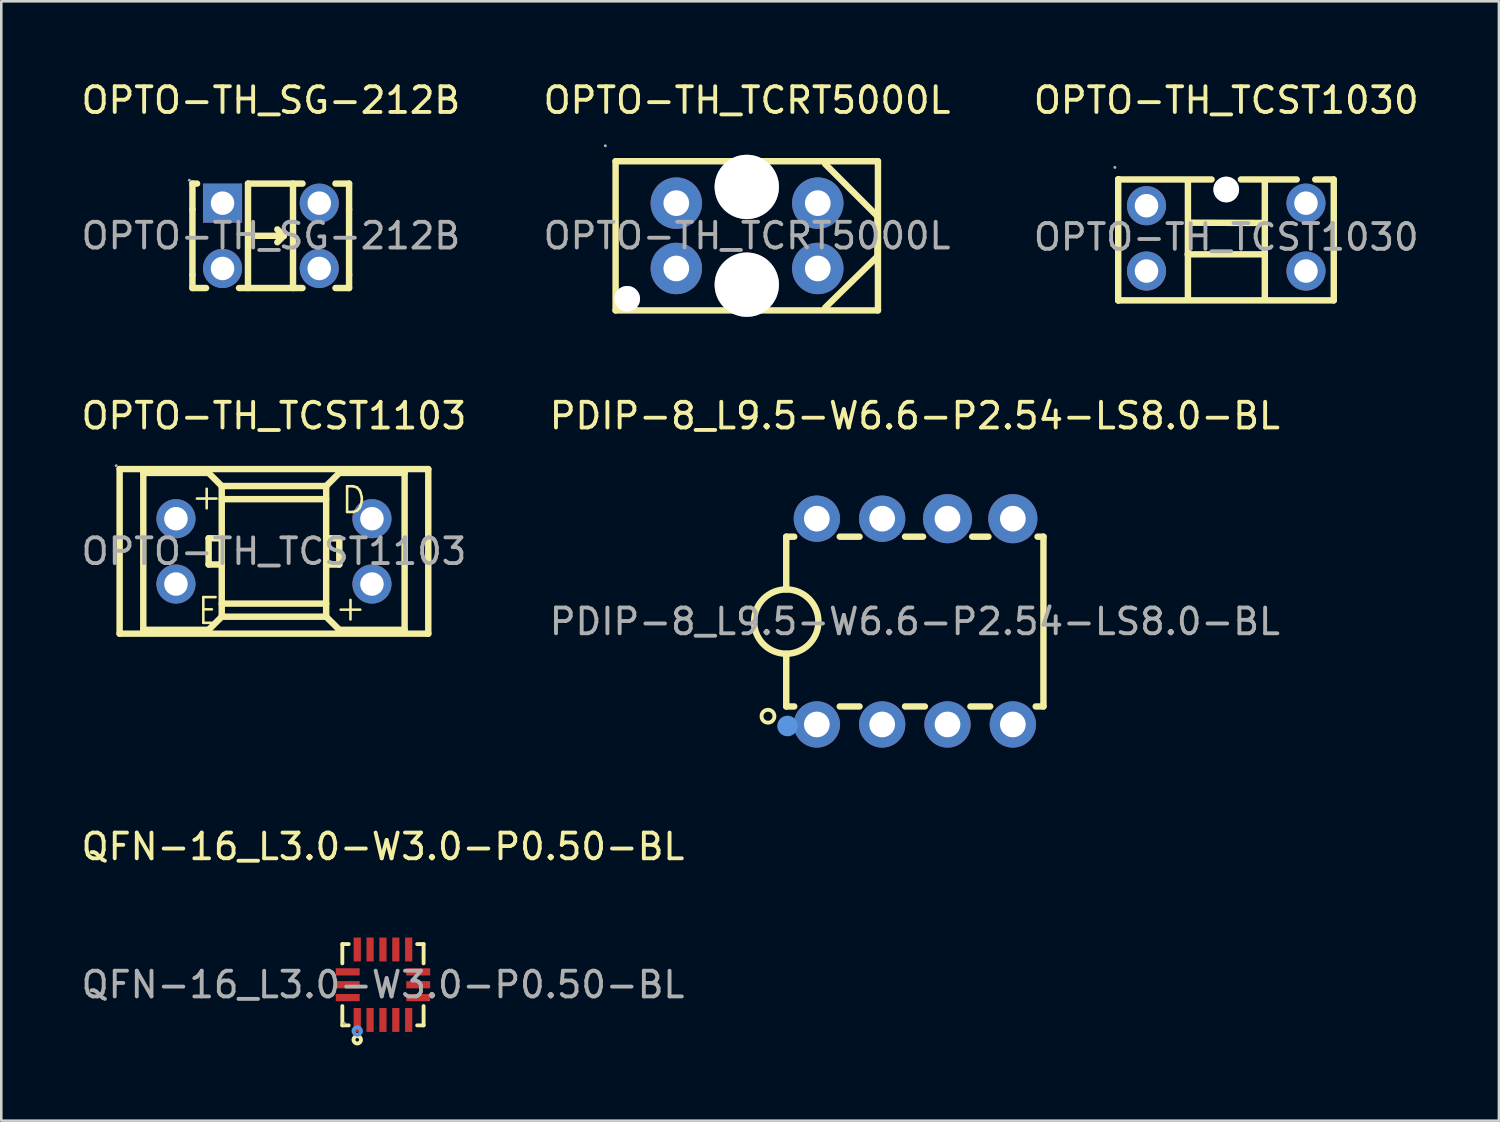
<source format=kicad_pcb>
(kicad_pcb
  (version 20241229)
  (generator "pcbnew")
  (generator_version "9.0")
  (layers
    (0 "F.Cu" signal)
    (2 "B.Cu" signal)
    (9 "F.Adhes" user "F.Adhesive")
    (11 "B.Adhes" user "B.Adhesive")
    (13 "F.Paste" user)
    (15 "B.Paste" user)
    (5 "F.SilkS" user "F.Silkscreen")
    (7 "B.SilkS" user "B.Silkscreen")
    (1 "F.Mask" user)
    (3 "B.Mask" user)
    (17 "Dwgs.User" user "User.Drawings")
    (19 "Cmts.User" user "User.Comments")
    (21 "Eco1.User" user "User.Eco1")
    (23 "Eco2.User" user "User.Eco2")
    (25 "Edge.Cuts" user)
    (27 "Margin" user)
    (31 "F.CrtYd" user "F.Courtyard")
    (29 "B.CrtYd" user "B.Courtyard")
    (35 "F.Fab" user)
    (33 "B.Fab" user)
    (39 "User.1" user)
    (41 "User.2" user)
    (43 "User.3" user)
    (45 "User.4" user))
  (footprint "OPTO-TH_SG-212B"
    (layer "F.Cu")
    (at 7.482 6.118)
    (property "Reference" "OPTO-TH_SG-212B" (at 0 -5.27 0) (layer "F.SilkS") (effects (font (size 1 1) (thickness 0.15))))
    (attr through_hole)
    (fp_line (start -3.05 -1.02) (end -3.05 -2.03) (stroke (width 0.25) (type solid)) (layer "F.SilkS"))
    (fp_line (start -3.05 1.52) (end -3.05 -1.02) (stroke (width 0.25) (type solid)) (layer "F.SilkS"))
    (fp_line (start -3.05 1.52) (end -3.05 2.03) (stroke (width 0.25) (type solid)) (layer "F.SilkS"))
    (fp_line (start -3.05 2.03) (end -2.52 2.03) (stroke (width 0.25) (type solid)) (layer "F.SilkS"))
    (fp_line (start -2.87 -2.03) (end -3.05 -2.03) (stroke (width 0.25) (type solid)) (layer "F.SilkS"))
    (fp_line (start -1.24 2.03) (end 1.23 2.03) (stroke (width 0.25) (type solid)) (layer "F.SilkS"))
    (fp_line (start -0.89 -2.03) (end -0.89 2.03) (stroke (width 0.25) (type solid)) (layer "F.SilkS"))
    (fp_line (start -0.64 0) (end 0.5 0) (stroke (width 0.25) (type solid)) (layer "F.SilkS"))
    (fp_line (start 0.25 -0.25) (end 0.5 0) (stroke (width 0.25) (type solid)) (layer "F.SilkS"))
    (fp_line (start 0.5 0) (end 0.25 0.25) (stroke (width 0.25) (type solid)) (layer "F.SilkS"))
    (fp_line (start 0.86 -2.03) (end 0.86 2.03) (stroke (width 0.25) (type solid)) (layer "F.SilkS"))
    (fp_line (start 1.23 -2.03) (end -0.89 -2.03) (stroke (width 0.25) (type solid)) (layer "F.SilkS"))
    (fp_line (start 2.51 2.03) (end 3.04 2.03) (stroke (width 0.25) (type solid)) (layer "F.SilkS"))
    (fp_line (start 3.04 -2.03) (end 2.51 -2.03) (stroke (width 0.25) (type solid)) (layer "F.SilkS"))
    (fp_line (start 3.04 -1.02) (end 3.04 -2.03) (stroke (width 0.25) (type solid)) (layer "F.SilkS"))
    (fp_line (start 3.04 1.52) (end 3.04 -1.02) (stroke (width 0.25) (type solid)) (layer "F.SilkS"))
    (fp_line (start 3.04 1.52) (end 3.04 2.03) (stroke (width 0.25) (type solid)) (layer "F.SilkS"))
    (fp_circle (center -3.17 -2.16) (end -3.14 -2.16) (stroke (width 0.06) (type solid)) (fill no) (layer "F.Fab"))
    (fp_circle (center -1.88 -1.27) (end -1.7 -1.27) (stroke (width 0.36) (type solid)) (fill no) (layer "F.Fab"))
    (fp_circle (center -1.88 1.27) (end -1.7 1.27) (stroke (width 0.36) (type solid)) (fill no) (layer "F.Fab"))
    (fp_circle (center 1.88 -1.27) (end 2.06 -1.27) (stroke (width 0.36) (type solid)) (fill no) (layer "F.Fab"))
    (fp_circle (center 1.88 1.27) (end 2.06 1.27) (stroke (width 0.36) (type solid)) (fill no) (layer "F.Fab"))
    (fp_text user "${REFERENCE}" (at 0 0 0) (layer "F.Fab") (effects (font (size 1 1) (thickness 0.15))))
    (pad "1" thru_hole rect (at -1.88 -1.27) (size 1.52 1.52) (drill 0.914) (layers "*.Cu" "*.Paste" "*.Mask"))
    (pad "2" thru_hole circle (at -1.88 1.27) (size 1.52 1.52) (drill 0.914) (layers "*.Cu" "*.Paste" "*.Mask"))
    (pad "3" thru_hole circle (at 1.88 1.27) (size 1.52 1.52) (drill 0.914) (layers "*.Cu" "*.Paste" "*.Mask"))
    (pad "4" thru_hole circle (at 1.88 -1.27) (size 1.52 1.52) (drill 0.914) (layers "*.Cu" "*.Paste" "*.Mask")))
  (footprint "OPTO-TH_TCRT5000L"
    (layer "F.Cu")
    (at 25.994 6.118)
    (property "Reference" "OPTO-TH_TCRT5000L" (at 0 -5.27 0) (layer "F.SilkS") (effects (font (size 1 1) (thickness 0.15))))
    (attr through_hole)
    (fp_line (start -5.11 -2.9) (end 5.09 -2.9) (stroke (width 0.25) (type solid)) (layer "F.SilkS"))
    (fp_line (start -5.11 2.9) (end -5.11 -2.9) (stroke (width 0.25) (type solid)) (layer "F.SilkS"))
    (fp_line (start -5.11 2.9) (end 5.09 2.9) (stroke (width 0.25) (type solid)) (layer "F.SilkS"))
    (fp_line (start 3.04 -2.79) (end 5.07 -0.76) (stroke (width 0.25) (type solid)) (layer "F.SilkS"))
    (fp_line (start 5.07 -0.76) (end 5.07 0.8) (stroke (width 0.25) (type solid)) (layer "F.SilkS"))
    (fp_line (start 5.07 0.8) (end 3.04 2.79) (stroke (width 0.25) (type solid)) (layer "F.SilkS"))
    (fp_line (start 5.09 -2.9) (end 5.09 2.9) (stroke (width 0.25) (type solid)) (layer "F.SilkS"))
    (fp_circle (center -5.51 -3.5) (end -5.48 -3.5) (stroke (width 0.06) (type solid)) (fill no) (layer "F.Fab"))
    (fp_circle (center -4.66 2.45) (end -4.46 2.45) (stroke (width 0.4) (type solid)) (fill no) (layer "F.Fab"))
    (fp_circle (center -2.75 -1.27) (end -2.55 -1.27) (stroke (width 0.4) (type solid)) (fill no) (layer "F.Fab"))
    (fp_circle (center -2.75 1.27) (end -2.55 1.27) (stroke (width 0.4) (type solid)) (fill no) (layer "F.Fab"))
    (fp_circle (center -0.01 -1.9) (end 0.57 -1.9) (stroke (width 1.15) (type solid)) (fill no) (layer "F.Fab"))
    (fp_circle (center -0.01 1.9) (end 0.57 1.9) (stroke (width 1.15) (type solid)) (fill no) (layer "F.Fab"))
    (fp_circle (center 2.75 -1.27) (end 2.95 -1.27) (stroke (width 0.4) (type solid)) (fill no) (layer "F.Fab"))
    (fp_circle (center 2.75 1.27) (end 2.95 1.27) (stroke (width 0.4) (type solid)) (fill no) (layer "F.Fab"))
    (fp_text user "${REFERENCE}" (at 0 0 0) (layer "F.Fab") (effects (font (size 1 1) (thickness 0.15))))
    (pad "" thru_hole circle (at -4.66 2.45) (size 1 1) (drill 1) (layers "*.Cu" "*.Mask"))
    (pad "" thru_hole circle (at -0.01 -1.9) (size 2.5 2.5) (drill 2.5) (layers "*.Cu" "*.Mask"))
    (pad "" thru_hole circle (at -0.01 1.9) (size 2.5 2.5) (drill 2.5) (layers "*.Cu" "*.Mask"))
    (pad "1" thru_hole circle (at -2.75 -1.27) (size 2 2) (drill 1) (layers "*.Cu" "*.Paste" "*.Mask"))
    (pad "2" thru_hole circle (at -2.75 1.27) (size 2 2) (drill 1) (layers "*.Cu" "*.Paste" "*.Mask"))
    (pad "3" thru_hole circle (at 2.75 -1.27) (size 2 2) (drill 1) (layers "*.Cu" "*.Paste" "*.Mask"))
    (pad "4" thru_hole circle (at 2.75 1.27) (size 2 2) (drill 1) (layers "*.Cu" "*.Paste" "*.Mask")))
  (footprint "OPTO-TH_TCST1103"
    (layer "F.Cu")
    (at 7.601 18.387)
    (property "Reference" "OPTO-TH_TCST1103" (at 0 -5.27 0) (layer "F.SilkS") (effects (font (size 1 1) (thickness 0.15))))
    (attr through_hole)
    (fp_line (start -6 -3.2) (end 6 -3.2) (stroke (width 0.25) (type solid)) (layer "F.SilkS"))
    (fp_line (start -6 3.2) (end -6 -3.2) (stroke (width 0.25) (type solid)) (layer "F.SilkS"))
    (fp_line (start -5.08 -3.05) (end -5.08 3.05) (stroke (width 0.25) (type solid)) (layer "F.SilkS"))
    (fp_line (start -5.08 3.05) (end -2.54 3.05) (stroke (width 0.25) (type solid)) (layer "F.SilkS"))
    (fp_line (start -2.54 -3.05) (end -5.08 -3.05) (stroke (width 0.25) (type solid)) (layer "F.SilkS"))
    (fp_line (start -2.54 -0.51) (end -2.54 0.51) (stroke (width 0.25) (type solid)) (layer "F.SilkS"))
    (fp_line (start -2.54 0.51) (end -2.03 0.51) (stroke (width 0.25) (type solid)) (layer "F.SilkS"))
    (fp_line (start -2.54 3.05) (end -2.03 2.54) (stroke (width 0.25) (type solid)) (layer "F.SilkS"))
    (fp_line (start -2.03 -2.54) (end -2.54 -3.05) (stroke (width 0.25) (type solid)) (layer "F.SilkS"))
    (fp_line (start -2.03 -2.54) (end 2.03 -2.54) (stroke (width 0.25) (type solid)) (layer "F.SilkS"))
    (fp_line (start -2.03 -2.03) (end 2.03 -2.03) (stroke (width 0.25) (type solid)) (layer "F.SilkS"))
    (fp_line (start -2.03 -0.51) (end -2.54 -0.51) (stroke (width 0.25) (type solid)) (layer "F.SilkS"))
    (fp_line (start -2.03 2.03) (end 2.03 2.03) (stroke (width 0.25) (type solid)) (layer "F.SilkS"))
    (fp_line (start -2.03 2.54) (end -2.03 -2.54) (stroke (width 0.25) (type solid)) (layer "F.SilkS"))
    (fp_line (start -2.03 2.54) (end 2.03 2.54) (stroke (width 0.25) (type solid)) (layer "F.SilkS"))
    (fp_line (start 2.03 -2.54) (end 2.54 -3.05) (stroke (width 0.25) (type solid)) (layer "F.SilkS"))
    (fp_line (start 2.03 0.51) (end 2.54 0.51) (stroke (width 0.25) (type solid)) (layer "F.SilkS"))
    (fp_line (start 2.03 2.54) (end 2.03 -2.54) (stroke (width 0.25) (type solid)) (layer "F.SilkS"))
    (fp_line (start 2.54 -3.05) (end 5.08 -3.05) (stroke (width 0.25) (type solid)) (layer "F.SilkS"))
    (fp_line (start 2.54 -0.51) (end 2.03 -0.51) (stroke (width 0.25) (type solid)) (layer "F.SilkS"))
    (fp_line (start 2.54 0.51) (end 2.54 -0.51) (stroke (width 0.25) (type solid)) (layer "F.SilkS"))
    (fp_line (start 2.54 3.05) (end 2.03 2.54) (stroke (width 0.25) (type solid)) (layer "F.SilkS"))
    (fp_line (start 5.08 -3.05) (end 5.08 3.05) (stroke (width 0.25) (type solid)) (layer "F.SilkS"))
    (fp_line (start 5.08 3.05) (end 2.54 3.05) (stroke (width 0.25) (type solid)) (layer "F.SilkS"))
    (fp_line (start 6 -3.2) (end 6 3.2) (stroke (width 0.25) (type solid)) (layer "F.SilkS"))
    (fp_line (start 6 3.2) (end -6 3.2) (stroke (width 0.25) (type solid)) (layer "F.SilkS"))
    (fp_circle (center -6.13 -3.33) (end -6.1 -3.33) (stroke (width 0.06) (type solid)) (fill no) (layer "F.Fab"))
    (fp_circle (center -3.81 -1.27) (end -3.63 -1.27) (stroke (width 0.36) (type solid)) (fill no) (layer "F.Fab"))
    (fp_circle (center -3.81 1.27) (end -3.63 1.27) (stroke (width 0.36) (type solid)) (fill no) (layer "F.Fab"))
    (fp_circle (center 3.81 -1.27) (end 3.99 -1.27) (stroke (width 0.36) (type solid)) (fill no) (layer "F.Fab"))
    (fp_circle (center 3.81 1.27) (end 3.99 1.27) (stroke (width 0.36) (type solid)) (fill no) (layer "F.Fab"))
    (fp_text user "+" (at -3.3 -2.13 0) (layer "F.SilkS") (effects (font (size 1 1) (thickness 0.1)) (justify left)))
    (fp_text user "E" (at -3.05 2.32 0) (layer "F.SilkS") (effects (font (size 1 1) (thickness 0.1)) (justify left)))
    (fp_text user "+" (at 2.29 2.19 0) (layer "F.SilkS") (effects (font (size 1 1) (thickness 0.1)) (justify left)))
    (fp_text user "D" (at 2.54 -1.99 0) (layer "F.SilkS") (effects (font (size 1 1) (thickness 0.1)) (justify left)))
    (fp_text user "${REFERENCE}" (at 0 0 0) (layer "F.Fab") (effects (font (size 1 1) (thickness 0.15))))
    (pad "1" thru_hole circle (at -3.81 -1.27) (size 1.52 1.52) (drill 0.914) (layers "*.Cu" "*.Paste" "*.Mask"))
    (pad "2" thru_hole circle (at -3.81 1.27) (size 1.52 1.52) (drill 0.914) (layers "*.Cu" "*.Paste" "*.Mask"))
    (pad "3" thru_hole circle (at 3.81 1.27) (size 1.52 1.52) (drill 0.914) (layers "*.Cu" "*.Paste" "*.Mask"))
    (pad "4" thru_hole circle (at 3.81 -1.27) (size 1.52 1.52) (drill 0.914) (layers "*.Cu" "*.Paste" "*.Mask")))
  (footprint "QFN-16_L3.0-W3.0-P0.50-BL"
    (layer "F.Cu")
    (at 11.839 35.235)
    (property "Reference" "QFN-16_L3.0-W3.0-P0.50-BL" (at 0 -5.37 0) (layer "F.SilkS") (effects (font (size 1 1) (thickness 0.15))))
    (attr through_hole)
    (fp_line (start -1.58 -1.58) (end -1.33 -1.58) (stroke (width 0.15) (type solid)) (layer "F.SilkS"))
    (fp_line (start -1.58 -0.83) (end -1.58 -1.58) (stroke (width 0.15) (type solid)) (layer "F.SilkS"))
    (fp_line (start -1.58 0.83) (end -1.58 1.58) (stroke (width 0.15) (type solid)) (layer "F.SilkS"))
    (fp_line (start -1.58 1.58) (end -1.33 1.58) (stroke (width 0.15) (type solid)) (layer "F.SilkS"))
    (fp_line (start 1.58 -1.58) (end 1.33 -1.58) (stroke (width 0.15) (type solid)) (layer "F.SilkS"))
    (fp_line (start 1.58 -0.83) (end 1.58 -1.58) (stroke (width 0.15) (type solid)) (layer "F.SilkS"))
    (fp_line (start 1.58 0.83) (end 1.58 1.58) (stroke (width 0.15) (type solid)) (layer "F.SilkS"))
    (fp_line (start 1.58 1.58) (end 1.33 1.58) (stroke (width 0.15) (type solid)) (layer "F.SilkS"))
    (fp_circle (center -1 2.14) (end -0.93 2.14) (stroke (width 0.15) (type solid)) (fill no) (layer "F.SilkS"))
    (fp_circle (center -1 1.8) (end -0.93 1.8) (stroke (width 0.15) (type solid)) (fill no) (layer "Cmts.User"))
    (fp_circle (center -1.5 1.5) (end -1.47 1.5) (stroke (width 0.06) (type solid)) (fill no) (layer "F.Fab"))
    (fp_text user "${REFERENCE}" (at 0 0 0) (layer "F.Fab") (effects (font (size 1 1) (thickness 0.15))))
    (pad "1" smd rect (at -1 1.37) (size 0.28 0.93) (layers "F.Cu" "F.Mask" "F.Paste"))
    (pad "2" smd rect (at -0.5 1.37) (size 0.28 0.93) (layers "F.Cu" "F.Mask" "F.Paste"))
    (pad "3" smd rect (at 0 1.37) (size 0.28 0.93) (layers "F.Cu" "F.Mask" "F.Paste"))
    (pad "4" smd rect (at 0.5 1.37) (size 0.28 0.93) (layers "F.Cu" "F.Mask" "F.Paste"))
    (pad "5" smd rect (at 1 1.37) (size 0.28 0.93) (layers "F.Cu" "F.Mask" "F.Paste"))
    (pad "6" smd rect (at 1.37 0.5) (size 0.93 0.28) (layers "F.Cu" "F.Mask" "F.Paste"))
    (pad "7" smd rect (at 1.37 0) (size 0.93 0.28) (layers "F.Cu" "F.Mask" "F.Paste"))
    (pad "8" smd rect (at 1.37 -0.5) (size 0.93 0.28) (layers "F.Cu" "F.Mask" "F.Paste"))
    (pad "9" smd rect (at 1 -1.37) (size 0.28 0.93) (layers "F.Cu" "F.Mask" "F.Paste"))
    (pad "10" smd rect (at 0.5 -1.37) (size 0.28 0.93) (layers "F.Cu" "F.Mask" "F.Paste"))
    (pad "11" smd rect (at 0 -1.37) (size 0.28 0.93) (layers "F.Cu" "F.Mask" "F.Paste"))
    (pad "12" smd rect (at -0.5 -1.37) (size 0.28 0.93) (layers "F.Cu" "F.Mask" "F.Paste"))
    (pad "13" smd rect (at -1 -1.37) (size 0.28 0.93) (layers "F.Cu" "F.Mask" "F.Paste"))
    (pad "14" smd rect (at -1.37 -0.5) (size 0.93 0.28) (layers "F.Cu" "F.Mask" "F.Paste"))
    (pad "15" smd rect (at -1.37 0) (size 0.93 0.28) (layers "F.Cu" "F.Mask" "F.Paste"))
    (pad "16" smd rect (at -1.37 0.5) (size 0.93 0.28) (layers "F.Cu" "F.Mask" "F.Paste")))
  (footprint "PDIP-8_L9.5-W6.6-P2.54-LS8.0-BL"
    (layer "F.Cu")
    (at 32.518 21.116)
    (property "Reference" "PDIP-8_L9.5-W6.6-P2.54-LS8.0-BL" (at 0 -8 0) (layer "F.SilkS") (effects (font (size 1 1) (thickness 0.15))))
    (attr through_hole)
    (fp_line (start -5 -3.3) (end -5 -1.25) (stroke (width 0.25) (type solid)) (layer "F.SilkS"))
    (fp_line (start -5 -3.3) (end -4.69 -3.3) (stroke (width 0.25) (type solid)) (layer "F.SilkS"))
    (fp_line (start -5 3.3) (end -5 1.25) (stroke (width 0.25) (type solid)) (layer "F.SilkS"))
    (fp_line (start -5 3.3) (end -4.69 3.3) (stroke (width 0.25) (type solid)) (layer "F.SilkS"))
    (fp_line (start -2.92 -3.3) (end -2.15 -3.3) (stroke (width 0.25) (type solid)) (layer "F.SilkS"))
    (fp_line (start -2.92 3.3) (end -2.15 3.3) (stroke (width 0.25) (type solid)) (layer "F.SilkS"))
    (fp_line (start -0.38 -3.3) (end 0.32 -3.3) (stroke (width 0.25) (type solid)) (layer "F.SilkS"))
    (fp_line (start -0.38 3.3) (end 0.39 3.3) (stroke (width 0.25) (type solid)) (layer "F.SilkS"))
    (fp_line (start 2.16 3.3) (end 2.93 3.3) (stroke (width 0.25) (type solid)) (layer "F.SilkS"))
    (fp_line (start 2.23 -3.3) (end 2.86 -3.3) (stroke (width 0.25) (type solid)) (layer "F.SilkS"))
    (fp_line (start 4.7 3.3) (end 5 3.3) (stroke (width 0.25) (type solid)) (layer "F.SilkS"))
    (fp_line (start 4.77 -3.3) (end 5 -3.3) (stroke (width 0.25) (type solid)) (layer "F.SilkS"))
    (fp_line (start 5 -3.3) (end 5 3.3) (stroke (width 0.25) (type solid)) (layer "F.SilkS"))
    (fp_arc (start -5.46 3.69) (mid -5.96015 3.674998) (end -5.4598 3.680003) (stroke (width 0.15) (type solid)) (layer "F.SilkS"))
    (fp_arc (start -5.021816 1.24981) (mid -4.989092 -1.249953) (end -5 1.25) (stroke (width 0.25) (type solid)) (layer "F.SilkS"))
    (fp_circle (center -4.95 4.06) (end -4.75 4.06) (stroke (width 0.4) (type solid)) (fill no) (layer "Cmts.User"))
    (fp_circle (center -4.8 4.24) (end -4.77 4.24) (stroke (width 0.06) (type solid)) (fill no) (layer "F.Fab"))
    (fp_circle (center -3.81 -4) (end -3.7 -4) (stroke (width 0.23) (type solid)) (fill no) (layer "F.Fab"))
    (fp_circle (center -3.81 4) (end -3.7 4) (stroke (width 0.23) (type solid)) (fill no) (layer "F.Fab"))
    (fp_circle (center -1.27 -4) (end -1.16 -4) (stroke (width 0.23) (type solid)) (fill no) (layer "F.Fab"))
    (fp_circle (center -1.27 4) (end -1.16 4) (stroke (width 0.23) (type solid)) (fill no) (layer "F.Fab"))
    (fp_circle (center 1.27 -4) (end 1.38 -4) (stroke (width 0.23) (type solid)) (fill no) (layer "F.Fab"))
    (fp_circle (center 1.27 4) (end 1.38 4) (stroke (width 0.23) (type solid)) (fill no) (layer "F.Fab"))
    (fp_circle (center 3.81 -4) (end 3.92 -4) (stroke (width 0.23) (type solid)) (fill no) (layer "F.Fab"))
    (fp_circle (center 3.81 4) (end 3.92 4) (stroke (width 0.23) (type solid)) (fill no) (layer "F.Fab"))
    (fp_text user "${REFERENCE}" (at 0 0 0) (layer "F.Fab") (effects (font (size 1 1) (thickness 0.15))))
    (pad "1" thru_hole circle (at -3.81 4) (size 1.8 1.8) (drill 1) (layers "*.Cu" "*.Paste" "*.Mask"))
    (pad "2" thru_hole circle (at -1.27 4) (size 1.8 1.8) (drill 1) (layers "*.Cu" "*.Paste" "*.Mask"))
    (pad "3" thru_hole circle (at 1.27 4) (size 1.8 1.8) (drill 1) (layers "*.Cu" "*.Paste" "*.Mask"))
    (pad "4" thru_hole circle (at 3.81 4) (size 1.8 1.8) (drill 1) (layers "*.Cu" "*.Paste" "*.Mask"))
    (pad "5" thru_hole circle (at 3.81 -4) (size 1.91 1.91) (drill 1) (layers "*.Cu" "*.Paste" "*.Mask"))
    (pad "6" thru_hole circle (at 1.27 -4) (size 1.91 1.91) (drill 1) (layers "*.Cu" "*.Paste" "*.Mask"))
    (pad "7" thru_hole circle (at -1.27 -4) (size 1.8 1.8) (drill 1) (layers "*.Cu" "*.Paste" "*.Mask"))
    (pad "8" thru_hole circle (at -3.81 -4) (size 1.8 1.8) (drill 1) (layers "*.Cu" "*.Paste" "*.Mask")))
  (footprint "OPTO-TH_TCST1030"
    (layer "F.Cu")
    (at 44.625 6.168)
    (property "Reference" "OPTO-TH_TCST1030" (at 0 -5.32 0) (layer "F.SilkS") (effects (font (size 1 1) (thickness 0.15))))
    (attr through_hole)
    (fp_line (start -4.2 -2.24) (end -4.2 2.46) (stroke (width 0.25) (type solid)) (layer "F.SilkS"))
    (fp_line (start -4.2 2.46) (end -4.2 2.46) (stroke (width 0.25) (type solid)) (layer "F.SilkS"))
    (fp_line (start -4.19 -2.24) (end -4.2 -2.24) (stroke (width 0.25) (type solid)) (layer "F.SilkS"))
    (fp_line (start -4.19 -2.24) (end -4.19 -2.25) (stroke (width 0.25) (type solid)) (layer "F.SilkS"))
    (fp_line (start -1.5 0.67) (end 1.44 0.67) (stroke (width 0.25) (type solid)) (layer "F.SilkS"))
    (fp_line (start -1.49 -2.21) (end -1.49 2.4) (stroke (width 0.25) (type solid)) (layer "F.SilkS"))
    (fp_line (start -1.46 -0.56) (end 1.49 -0.55) (stroke (width 0.25) (type solid)) (layer "F.SilkS"))
    (fp_line (start -0.57 -2.24) (end -4.19 -2.24) (stroke (width 0.25) (type solid)) (layer "F.SilkS"))
    (fp_line (start 1.5 -2.19) (end 1.5 2.42) (stroke (width 0.25) (type solid)) (layer "F.SilkS"))
    (fp_line (start 2.74 -2.24) (end 0.57 -2.24) (stroke (width 0.25) (type solid)) (layer "F.SilkS"))
    (fp_line (start 4.18 -2.24) (end 3.46 -2.24) (stroke (width 0.25) (type solid)) (layer "F.SilkS"))
    (fp_line (start 4.18 -2.24) (end 4.18 2.46) (stroke (width 0.25) (type solid)) (layer "F.SilkS"))
    (fp_line (start 4.18 2.46) (end -4.2 2.46) (stroke (width 0.25) (type solid)) (layer "F.SilkS"))
    (fp_circle (center -4.33 -2.71) (end -4.3 -2.71) (stroke (width 0.06) (type solid)) (fill no) (layer "F.Fab"))
    (fp_circle (center -3.1 -1.22) (end -2.92 -1.22) (stroke (width 0.36) (type solid)) (fill no) (layer "F.Fab"))
    (fp_circle (center -3.1 1.32) (end -2.92 1.32) (stroke (width 0.36) (type solid)) (fill no) (layer "F.Fab"))
    (fp_circle (center 0 -1.85) (end 0.2 -1.85) (stroke (width 0.4) (type solid)) (fill no) (layer "F.Fab"))
    (fp_circle (center 3.1 -1.32) (end 3.28 -1.32) (stroke (width 0.36) (type solid)) (fill no) (layer "F.Fab"))
    (fp_circle (center 3.1 1.32) (end 3.28 1.32) (stroke (width 0.36) (type solid)) (fill no) (layer "F.Fab"))
    (fp_text user "${REFERENCE}" (at 0 0 0) (layer "F.Fab") (effects (font (size 1 1) (thickness 0.15))))
    (pad "" thru_hole circle (at 0 -1.85) (size 1 1) (drill 1) (layers "*.Cu" "*.Mask"))
    (pad "1" thru_hole circle (at -3.1 -1.22) (size 1.52 1.52) (drill 0.914) (layers "*.Cu" "*.Paste" "*.Mask"))
    (pad "2" thru_hole circle (at -3.1 1.32) (size 1.52 1.52) (drill 0.914) (layers "*.Cu" "*.Paste" "*.Mask"))
    (pad "3" thru_hole circle (at 3.1 1.32) (size 1.52 1.52) (drill 0.914) (layers "*.Cu" "*.Paste" "*.Mask"))
    (pad "4" thru_hole circle (at 3.1 -1.32) (size 1.52 1.52) (drill 0.914) (layers "*.Cu" "*.Paste" "*.Mask")))
  (gr_rect
    (start -3 -3)
    (end 55.226 40.52)
    (stroke (width 0.1) (type default))
    (fill no)
    (layer "Edge.Cuts")))
</source>
